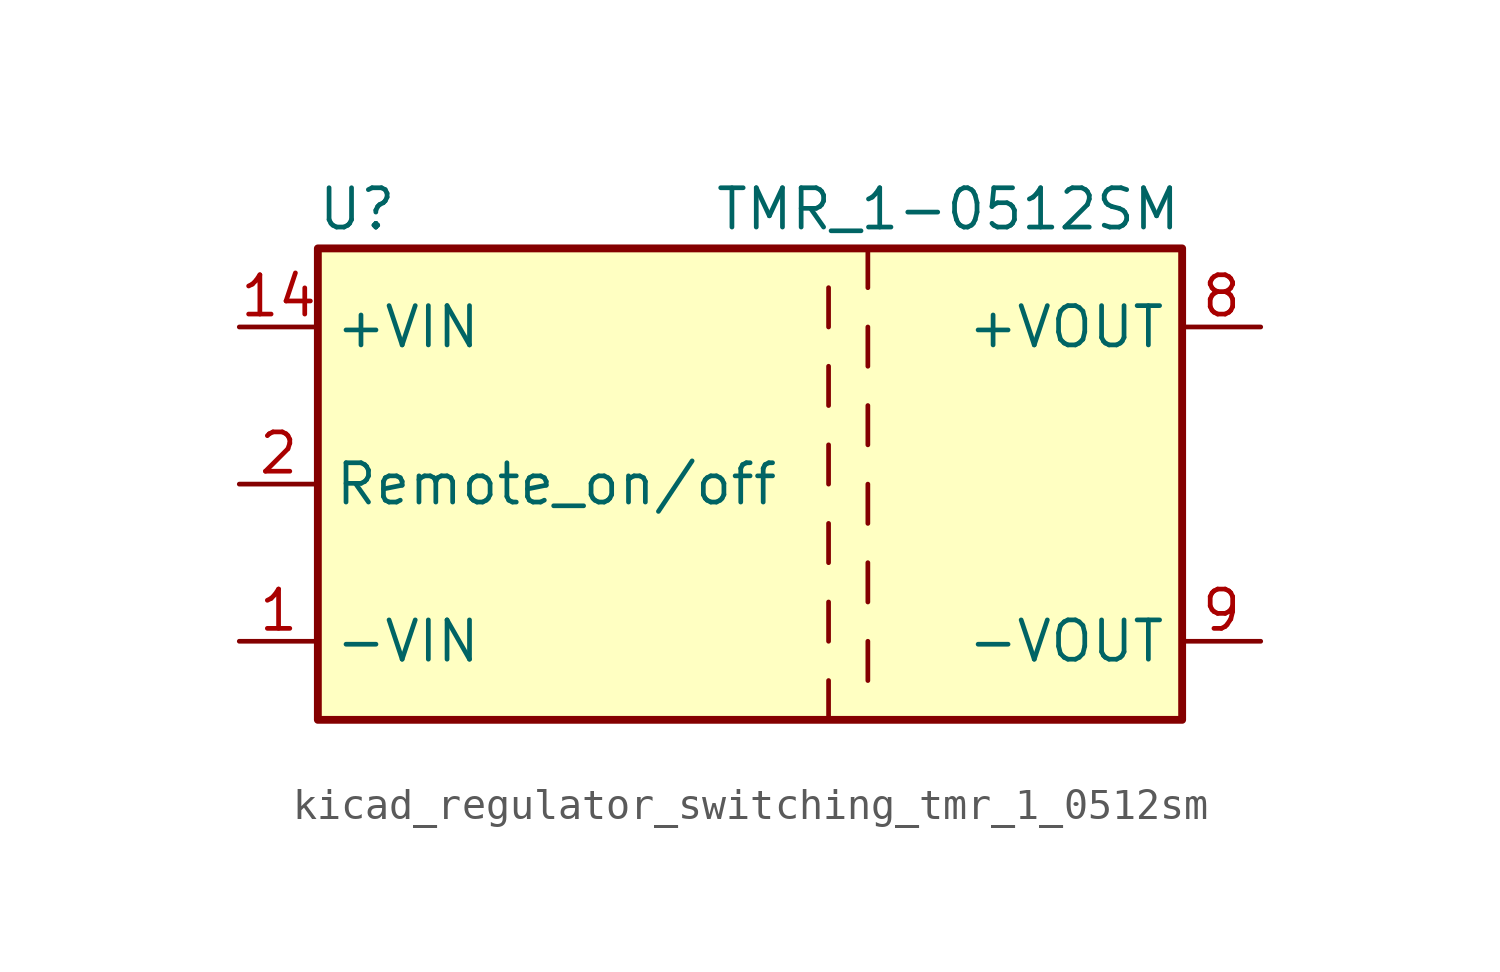
<source format=kicad_sym>
(kicad_symbol_lib
  (version 20220914)
  (generator kicad_symbol_editor)
  (symbol "kicad_regulator_switching_tmr_1_0512sm"
    (property "Reference" "U"
      (at -16.51 8.89 0)
      (effects (font (size 1.27 1.27))))
    (property "Value" "TMR_1-0512SM"
      (at 10.16 8.89 0)
      (effects (font (size 1.27 1.27)) (justify right)))
    (symbol "kicad_regulator_switching_tmr_1_0512sm_0_1"
      (rectangle (start -17.78 7.62) (end 10.16 -7.62) (stroke (width 0.254) (type default)) (fill (type background)))
      (polyline (pts (xy -1.27 -6.35) (xy -1.27 -7.62)) (stroke (width 0) (type default)) (fill (type none)))
      (polyline (pts (xy -1.27 -3.81) (xy -1.27 -5.08)) (stroke (width 0) (type default)) (fill (type none)))
      (polyline (pts (xy -1.27 -1.27) (xy -1.27 -2.54)) (stroke (width 0) (type default)) (fill (type none)))
      (polyline (pts (xy -1.27 1.27) (xy -1.27 0)) (stroke (width 0) (type default)) (fill (type none)))
      (polyline (pts (xy -1.27 3.81) (xy -1.27 2.54)) (stroke (width 0) (type default)) (fill (type none)))
      (polyline (pts (xy -1.27 6.35) (xy -1.27 5.08)) (stroke (width 0) (type default)) (fill (type none)))
      (polyline (pts (xy 0 -5.08) (xy 0 -6.35)) (stroke (width 0) (type default)) (fill (type none)))
      (polyline (pts (xy 0 -2.54) (xy 0 -3.81)) (stroke (width 0) (type default)) (fill (type none)))
      (polyline (pts (xy 0 0) (xy 0 -1.27)) (stroke (width 0) (type default)) (fill (type none)))
      (polyline (pts (xy 0 2.54) (xy 0 1.27)) (stroke (width 0) (type default)) (fill (type none)))
      (polyline (pts (xy 0 5.08) (xy 0 3.81)) (stroke (width 0) (type default)) (fill (type none)))
      (polyline (pts (xy 0 7.62) (xy 0 6.35)) (stroke (width 0) (type default)) (fill (type none))))
    (symbol "kicad_regulator_switching_tmr_1_0512sm_1_1"
      (pin power_in line (at -20.32 -5.08 0) (length 2.54) (name "-VIN" (effects (font (size 1.27 1.27)))) (number "1" (effects (font (size 1.27 1.27)))))
      (pin power_in line (at -20.32 5.08 0) (length 2.54) (name "+VIN" (effects (font (size 1.27 1.27)))) (number "14" (effects (font (size 1.27 1.27)))))
      (pin input line (at -20.32 0 0) (length 2.54) (name "Remote_on/off" (effects (font (size 1.27 1.27)))) (number "2" (effects (font (size 1.27 1.27)))))
      (pin no_connect line (at 10.16 2.54 180) (length 2.54) hide (name "NC" (effects (font (size 1.27 1.27)))) (number "6" (effects (font (size 1.27 1.27)))))
      (pin no_connect line (at 10.16 -2.54 180) (length 2.54) hide (name "NC" (effects (font (size 1.27 1.27)))) (number "7" (effects (font (size 1.27 1.27)))))
      (pin power_out line (at 12.7 5.08 180) (length 2.54) (name "+VOUT" (effects (font (size 1.27 1.27)))) (number "8" (effects (font (size 1.27 1.27)))))
      (pin power_out line (at 12.7 -5.08 180) (length 2.54) (name "-VOUT" (effects (font (size 1.27 1.27)))) (number "9" (effects (font (size 1.27 1.27))))))))
</source>
